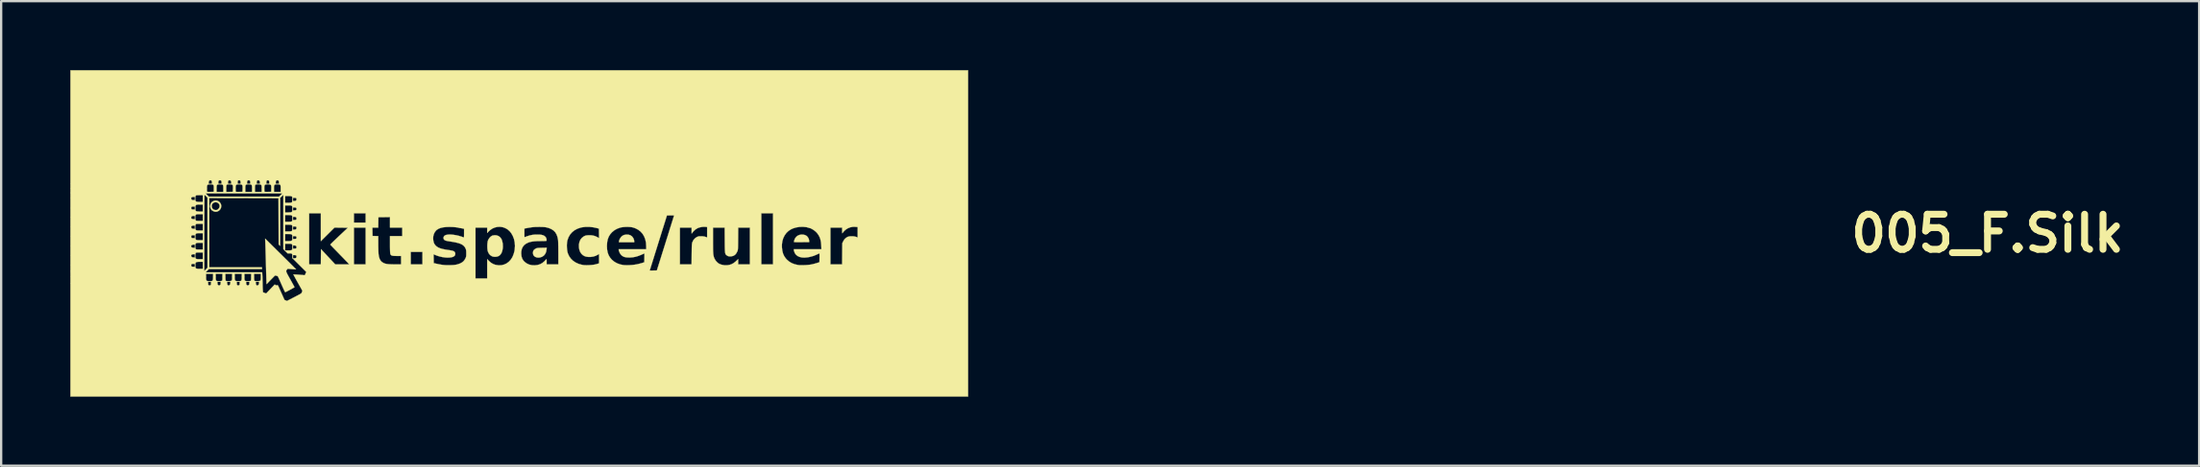
<source format=kicad_pcb>
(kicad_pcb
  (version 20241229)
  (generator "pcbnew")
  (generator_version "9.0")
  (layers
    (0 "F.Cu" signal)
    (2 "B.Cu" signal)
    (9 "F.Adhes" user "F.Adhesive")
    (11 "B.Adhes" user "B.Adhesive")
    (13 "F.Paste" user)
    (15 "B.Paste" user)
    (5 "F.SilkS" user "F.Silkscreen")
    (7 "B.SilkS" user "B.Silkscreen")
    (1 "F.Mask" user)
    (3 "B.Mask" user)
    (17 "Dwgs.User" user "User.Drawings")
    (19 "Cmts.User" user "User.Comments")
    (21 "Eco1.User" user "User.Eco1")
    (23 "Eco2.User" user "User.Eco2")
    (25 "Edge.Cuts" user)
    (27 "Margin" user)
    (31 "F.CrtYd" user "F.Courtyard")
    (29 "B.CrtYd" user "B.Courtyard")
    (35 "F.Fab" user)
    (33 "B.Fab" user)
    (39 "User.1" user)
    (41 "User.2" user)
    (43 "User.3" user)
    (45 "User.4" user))
  (footprint "005_F.Silk"
    (layer "F.Cu")
    (at 83.139 7.092)
    (property "Reference" "005_F.Silk" (at 0 0 0) (layer "F.SilkS") (effects (font (size 1.524 1.524) (thickness 0.3))))
    (attr through_hole)
    (fp_poly (pts (xy -58.919 0.056) (xy -58.847 0.081) (xy -58.786 0.125) (xy -58.765 0.147) (xy -58.717 0.218) (xy -58.691 0.296) (xy -58.687 0.341) (xy -58.687 0.381) (xy -59.347 0.381) (xy -59.347 0.345) (xy -59.341 0.315) (xy -59.327 0.273) (xy -59.308 0.23) (xy -59.258 0.154) (xy -59.196 0.099) (xy -59.12 0.064) (xy -59.029 0.049) (xy -59.006 0.049) (xy -58.919 0.056)) (stroke (width 0.01) (type solid)) (fill yes) (layer "F.SilkS"))
    (fp_poly (pts (xy -51.32 0.057) (xy -51.245 0.084) (xy -51.196 0.118) (xy -51.15 0.174) (xy -51.116 0.24) (xy -51.101 0.306) (xy -51.101 0.314) (xy -51.098 0.375) (xy -51.423 0.378) (xy -51.511 0.379) (xy -51.591 0.379) (xy -51.659 0.378) (xy -51.711 0.377) (xy -51.744 0.376) (xy -51.755 0.374) (xy -51.758 0.356) (xy -51.752 0.322) (xy -51.739 0.28) (xy -51.722 0.236) (xy -51.707 0.207) (xy -51.653 0.138) (xy -51.582 0.088) (xy -51.497 0.057) (xy -51.41 0.048) (xy -51.32 0.057)) (stroke (width 0.01) (type solid)) (fill yes) (layer "F.SilkS"))
    (fp_poly (pts (xy -62.489 0.707) (xy -62.509 0.807) (xy -62.548 0.892) (xy -62.604 0.96) (xy -62.675 1.01) (xy -62.759 1.04) (xy -62.804 1.047) (xy -62.854 1.048) (xy -62.902 1.044) (xy -62.92 1.041) (xy -62.99 1.012) (xy -63.04 0.968) (xy -63.07 0.909) (xy -63.079 0.838) (xy -63.078 0.823) (xy -63.064 0.761) (xy -63.034 0.713) (xy -62.984 0.674) (xy -62.96 0.66) (xy -62.934 0.648) (xy -62.909 0.64) (xy -62.88 0.634) (xy -62.842 0.63) (xy -62.79 0.627) (xy -62.719 0.625) (xy -62.688 0.624) (xy -62.48 0.62) (xy -62.489 0.707)) (stroke (width 0.01) (type solid)) (fill yes) (layer "F.SilkS"))
    (fp_poly (pts (xy -64.645 0.085) (xy -64.567 0.115) (xy -64.5 0.165) (xy -64.448 0.234) (xy -64.417 0.306) (xy -64.387 0.446) (xy -64.382 0.588) (xy -64.389 0.662) (xy -64.412 0.774) (xy -64.449 0.864) (xy -64.5 0.933) (xy -64.564 0.981) (xy -64.643 1.008) (xy -64.72 1.016) (xy -64.78 1.012) (xy -64.83 1) (xy -64.87 0.983) (xy -64.939 0.936) (xy -64.992 0.871) (xy -65.032 0.785) (xy -65.033 0.783) (xy -65.046 0.727) (xy -65.054 0.654) (xy -65.057 0.571) (xy -65.056 0.485) (xy -65.049 0.405) (xy -65.038 0.337) (xy -65.031 0.311) (xy -65.001 0.247) (xy -64.958 0.186) (xy -64.907 0.135) (xy -64.853 0.1) (xy -64.827 0.09) (xy -64.733 0.076) (xy -64.645 0.085)) (stroke (width 0.01) (type solid)) (fill yes) (layer "F.SilkS"))
    (fp_poly (pts (xy -76.783 -1.426) (xy -76.719 -1.401) (xy -76.664 -1.359) (xy -76.623 -1.303) (xy -76.598 -1.235) (xy -76.594 -1.187) (xy -76.606 -1.112) (xy -76.64 -1.045) (xy -76.693 -0.991) (xy -76.749 -0.959) (xy -76.812 -0.942) (xy -76.874 -0.946) (xy -76.942 -0.97) (xy -76.947 -0.973) (xy -77.011 -1.016) (xy -77.052 -1.072) (xy -77.073 -1.142) (xy -77.076 -1.174) (xy -77.01 -1.174) (xy -76.992 -1.11) (xy -76.992 -1.108) (xy -76.955 -1.058) (xy -76.902 -1.027) (xy -76.835 -1.016) (xy -76.832 -1.016) (xy -76.787 -1.02) (xy -76.753 -1.035) (xy -76.728 -1.055) (xy -76.686 -1.106) (xy -76.666 -1.162) (xy -76.666 -1.218) (xy -76.684 -1.271) (xy -76.72 -1.314) (xy -76.771 -1.345) (xy -76.821 -1.356) (xy -76.886 -1.351) (xy -76.941 -1.327) (xy -76.981 -1.286) (xy -77.006 -1.234) (xy -77.01 -1.174) (xy -77.076 -1.174) (xy -77.076 -1.186) (xy -77.065 -1.265) (xy -77.033 -1.332) (xy -76.979 -1.384) (xy -76.921 -1.415) (xy -76.851 -1.432) (xy -76.783 -1.426)) (stroke (width 0.01) (type solid)) (fill yes) (layer "F.SilkS"))
    (fp_poly (pts (xy -74.019 0.889) (xy -73.91 0.997) (xy -73.807 1.099) (xy -73.711 1.194) (xy -73.623 1.282) (xy -73.545 1.36) (xy -73.478 1.427) (xy -73.424 1.482) (xy -73.383 1.523) (xy -73.358 1.55) (xy -73.349 1.56) (xy -73.349 1.56) (xy -73.362 1.56) (xy -73.396 1.559) (xy -73.446 1.556) (xy -73.508 1.551) (xy -73.535 1.549) (xy -73.717 1.535) (xy -73.746 1.571) (xy -73.761 1.59) (xy -73.772 1.608) (xy -73.777 1.627) (xy -73.777 1.65) (xy -73.768 1.68) (xy -73.752 1.718) (xy -73.727 1.769) (xy -73.692 1.834) (xy -73.646 1.917) (xy -73.604 1.992) (xy -73.557 2.075) (xy -73.515 2.152) (xy -73.478 2.219) (xy -73.449 2.273) (xy -73.429 2.311) (xy -73.419 2.331) (xy -73.419 2.334) (xy -73.429 2.343) (xy -73.458 2.361) (xy -73.501 2.386) (xy -73.553 2.415) (xy -73.611 2.447) (xy -73.669 2.478) (xy -73.723 2.506) (xy -73.77 2.53) (xy -73.804 2.546) (xy -73.822 2.553) (xy -73.823 2.553) (xy -73.83 2.542) (xy -73.847 2.51) (xy -73.871 2.461) (xy -73.9 2.397) (xy -73.934 2.322) (xy -73.971 2.239) (xy -73.977 2.226) (xy -74.015 2.139) (xy -74.05 2.06) (xy -74.081 1.99) (xy -74.107 1.933) (xy -74.126 1.893) (xy -74.136 1.872) (xy -74.137 1.872) (xy -74.166 1.848) (xy -74.209 1.836) (xy -74.265 1.828) (xy -74.412 1.978) (xy -74.464 2.031) (xy -74.512 2.081) (xy -74.552 2.123) (xy -74.581 2.154) (xy -74.591 2.165) (xy -74.612 2.188) (xy -74.627 2.198) (xy -74.629 2.197) (xy -74.63 2.184) (xy -74.632 2.147) (xy -74.634 2.089) (xy -74.637 2.012) (xy -74.64 1.919) (xy -74.643 1.81) (xy -74.647 1.689) (xy -74.65 1.558) (xy -74.654 1.418) (xy -74.655 1.372) (xy -74.659 1.224) (xy -74.663 1.08) (xy -74.667 0.942) (xy -74.671 0.812) (xy -74.674 0.694) (xy -74.677 0.591) (xy -74.68 0.504) (xy -74.682 0.436) (xy -74.684 0.391) (xy -74.684 0.388) (xy -74.692 0.223) (xy -74.019 0.889)) (stroke (width 0.01) (type solid)) (fill yes) (layer "F.SilkS"))
    (fp_poly (pts (xy -44.209 7.087) (xy -83.134 7.087) (xy -83.134 2.095) (xy -77.165 2.095) (xy -77.165 2.165) (xy -77.163 2.21) (xy -77.155 2.236) (xy -77.143 2.247) (xy -77.106 2.259) (xy -77.068 2.25) (xy -77.063 2.247) (xy -77.048 2.234) (xy -77.04 2.21) (xy -77.038 2.168) (xy -77.038 2.165) (xy -77.038 2.095) (xy -76.759 2.095) (xy -76.759 2.158) (xy -76.756 2.2) (xy -76.747 2.225) (xy -76.731 2.241) (xy -76.705 2.256) (xy -76.689 2.261) (xy -76.669 2.254) (xy -76.647 2.241) (xy -76.629 2.223) (xy -76.621 2.196) (xy -76.619 2.158) (xy -76.619 2.095) (xy -76.34 2.095) (xy -76.34 2.158) (xy -76.333 2.21) (xy -76.314 2.246) (xy -76.286 2.261) (xy -76.252 2.255) (xy -76.225 2.235) (xy -76.206 2.203) (xy -76.2 2.154) (xy -76.2 2.153) (xy -76.2 2.095) (xy -75.921 2.095) (xy -75.921 2.165) (xy -75.918 2.21) (xy -75.91 2.236) (xy -75.898 2.247) (xy -75.861 2.259) (xy -75.823 2.25) (xy -75.818 2.247) (xy -75.803 2.234) (xy -75.796 2.21) (xy -75.794 2.168) (xy -75.794 2.165) (xy -75.794 2.095) (xy -75.514 2.095) (xy -75.514 2.158) (xy -75.512 2.2) (xy -75.502 2.225) (xy -75.486 2.241) (xy -75.46 2.256) (xy -75.444 2.261) (xy -75.425 2.254) (xy -75.403 2.241) (xy -75.385 2.223) (xy -75.376 2.196) (xy -75.374 2.158) (xy -75.374 2.095) (xy -75.095 2.095) (xy -75.095 2.158) (xy -75.088 2.21) (xy -75.069 2.246) (xy -75.041 2.261) (xy -75.008 2.255) (xy -74.981 2.235) (xy -74.962 2.203) (xy -74.955 2.154) (xy -74.955 2.153) (xy -74.955 2.095) (xy -75.095 2.095) (xy -75.374 2.095) (xy -75.514 2.095) (xy -75.794 2.095) (xy -75.921 2.095) (xy -76.2 2.095) (xy -76.34 2.095) (xy -76.619 2.095) (xy -76.759 2.095) (xy -77.038 2.095) (xy -77.165 2.095) (xy -83.134 2.095) (xy -83.134 1.753) (xy -77.254 1.753) (xy -77.254 1.888) (xy -77.253 1.959) (xy -77.249 2.009) (xy -77.237 2.041) (xy -77.215 2.059) (xy -77.18 2.068) (xy -77.128 2.07) (xy -77.1 2.07) (xy -77.046 2.07) (xy -77.011 2.067) (xy -76.989 2.061) (xy -76.976 2.05) (xy -76.969 2.042) (xy -76.959 2.02) (xy -76.953 1.985) (xy -76.95 1.932) (xy -76.949 1.883) (xy -76.949 1.753) (xy -76.835 1.753) (xy -76.835 1.891) (xy -76.834 1.962) (xy -76.83 2.011) (xy -76.819 2.042) (xy -76.799 2.06) (xy -76.766 2.068) (xy -76.717 2.07) (xy -76.694 2.07) (xy -76.642 2.069) (xy -76.598 2.064) (xy -76.57 2.058) (xy -76.567 2.057) (xy -76.557 2.049) (xy -76.55 2.035) (xy -76.546 2.011) (xy -76.544 1.972) (xy -76.543 1.914) (xy -76.543 1.898) (xy -76.543 1.753) (xy -76.416 1.753) (xy -76.416 1.896) (xy -76.414 1.972) (xy -76.41 2.024) (xy -76.403 2.052) (xy -76.401 2.055) (xy -76.378 2.064) (xy -76.338 2.07) (xy -76.288 2.071) (xy -76.236 2.069) (xy -76.19 2.063) (xy -76.156 2.055) (xy -76.147 2.049) (xy -76.137 2.036) (xy -76.13 2.016) (xy -76.126 1.985) (xy -76.124 1.937) (xy -76.124 1.89) (xy -76.124 1.753) (xy -76.01 1.753) (xy -76.01 1.888) (xy -76.009 1.959) (xy -76.004 2.009) (xy -75.993 2.041) (xy -75.971 2.059) (xy -75.935 2.068) (xy -75.883 2.07) (xy -75.856 2.07) (xy -75.801 2.07) (xy -75.766 2.067) (xy -75.745 2.061) (xy -75.731 2.05) (xy -75.724 2.042) (xy -75.715 2.02) (xy -75.708 1.985) (xy -75.705 1.932) (xy -75.705 1.883) (xy -75.705 1.753) (xy -75.59 1.753) (xy -75.59 1.891) (xy -75.59 1.962) (xy -75.586 2.011) (xy -75.575 2.042) (xy -75.554 2.06) (xy -75.519 2.068) (xy -75.468 2.07) (xy -75.44 2.07) (xy -75.378 2.068) (xy -75.335 2.063) (xy -75.314 2.055) (xy -75.306 2.033) (xy -75.301 1.986) (xy -75.298 1.916) (xy -75.298 1.896) (xy -75.298 1.753) (xy -75.171 1.753) (xy -75.171 1.896) (xy -75.17 1.972) (xy -75.165 2.024) (xy -75.158 2.052) (xy -75.156 2.055) (xy -75.134 2.064) (xy -75.094 2.069) (xy -75.044 2.071) (xy -74.992 2.069) (xy -74.945 2.065) (xy -74.911 2.057) (xy -74.899 2.05) (xy -74.89 2.035) (xy -74.884 2.01) (xy -74.88 1.969) (xy -74.879 1.908) (xy -74.879 1.891) (xy -74.879 1.753) (xy -75.171 1.753) (xy -75.298 1.753) (xy -75.59 1.753) (xy -75.705 1.753) (xy -76.01 1.753) (xy -76.124 1.753) (xy -76.416 1.753) (xy -76.543 1.753) (xy -76.835 1.753) (xy -76.949 1.753) (xy -77.254 1.753) (xy -83.134 1.753) (xy -83.134 1.689) (xy -77.272 1.689) (xy -74.82 1.689) (xy -74.811 1.863) (xy -74.808 1.947) (xy -74.805 2.043) (xy -74.802 2.137) (xy -74.801 2.202) (xy -74.8 2.276) (xy -74.798 2.35) (xy -74.795 2.416) (xy -74.792 2.462) (xy -74.784 2.556) (xy -74.716 2.582) (xy -74.648 2.608) (xy -74.462 2.413) (xy -74.275 2.218) (xy -74.24 2.241) (xy -74.209 2.256) (xy -74.183 2.254) (xy -74.175 2.251) (xy -74.166 2.246) (xy -74.159 2.243) (xy -74.152 2.243) (xy -74.144 2.25) (xy -74.134 2.265) (xy -74.12 2.291) (xy -74.101 2.33) (xy -74.077 2.384) (xy -74.045 2.456) (xy -74.004 2.548) (xy -73.985 2.59) (xy -73.853 2.888) (xy -73.798 2.909) (xy -73.743 2.931) (xy -73.497 2.804) (xy -73.419 2.764) (xy -73.345 2.725) (xy -73.278 2.69) (xy -73.224 2.661) (xy -73.187 2.64) (xy -73.18 2.637) (xy -73.139 2.612) (xy -73.115 2.589) (xy -73.1 2.561) (xy -73.094 2.542) (xy -73.078 2.486) (xy -73.274 2.137) (xy -73.322 2.051) (xy -73.365 1.973) (xy -73.402 1.904) (xy -73.432 1.848) (xy -73.453 1.808) (xy -73.464 1.786) (xy -73.465 1.782) (xy -73.451 1.781) (xy -73.417 1.782) (xy -73.368 1.784) (xy -73.307 1.788) (xy -73.241 1.792) (xy -73.174 1.797) (xy -73.111 1.802) (xy -73.057 1.807) (xy -73.027 1.81) (xy -72.973 1.816) (xy -72.907 1.673) (xy -73.208 1.373) (xy -73.508 1.073) (xy -73.508 0.992) (xy -73.51 0.94) (xy -73.482 0.94) (xy -73.482 1.079) (xy -73.426 1.079) (xy -73.381 1.074) (xy -73.351 1.061) (xy -73.35 1.06) (xy -73.334 1.03) (xy -73.331 0.993) (xy -73.34 0.961) (xy -73.345 0.955) (xy -73.366 0.946) (xy -73.402 0.941) (xy -73.421 0.94) (xy -73.482 0.94) (xy -73.51 0.94) (xy -73.51 0.933) (xy -73.522 0.896) (xy -73.546 0.874) (xy -73.588 0.865) (xy -73.634 0.864) (xy -73.718 0.864) (xy -73.901 0.679) (xy -73.901 0.445) (xy -73.825 0.445) (xy -73.825 0.737) (xy -73.69 0.737) (xy -73.625 0.736) (xy -73.581 0.733) (xy -73.552 0.727) (xy -73.534 0.718) (xy -73.531 0.716) (xy -73.518 0.699) (xy -73.511 0.673) (xy -73.508 0.632) (xy -73.508 0.598) (xy -73.509 0.537) (xy -73.511 0.521) (xy -73.482 0.521) (xy -73.482 0.66) (xy -73.421 0.66) (xy -73.382 0.657) (xy -73.353 0.65) (xy -73.345 0.645) (xy -73.332 0.617) (xy -73.332 0.58) (xy -73.345 0.547) (xy -73.35 0.541) (xy -73.378 0.527) (xy -73.422 0.521) (xy -73.426 0.521) (xy -73.482 0.521) (xy -73.511 0.521) (xy -73.515 0.495) (xy -73.53 0.468) (xy -73.558 0.453) (xy -73.602 0.446) (xy -73.667 0.445) (xy -73.686 0.445) (xy -73.825 0.445) (xy -73.901 0.445) (xy -73.901 0.025) (xy -73.825 0.025) (xy -73.825 0.33) (xy -73.692 0.33) (xy -73.63 0.33) (xy -73.589 0.327) (xy -73.562 0.322) (xy -73.544 0.314) (xy -73.533 0.305) (xy -73.52 0.287) (xy -73.512 0.263) (xy -73.508 0.226) (xy -73.508 0.178) (xy -73.509 0.118) (xy -73.51 0.114) (xy -73.482 0.114) (xy -73.482 0.241) (xy -73.421 0.241) (xy -73.382 0.238) (xy -73.353 0.231) (xy -73.345 0.226) (xy -73.333 0.202) (xy -73.33 0.178) (xy -73.336 0.144) (xy -73.358 0.123) (xy -73.399 0.115) (xy -73.421 0.114) (xy -73.482 0.114) (xy -73.51 0.114) (xy -73.516 0.077) (xy -73.532 0.05) (xy -73.561 0.034) (xy -73.606 0.027) (xy -73.673 0.025) (xy -73.692 0.025) (xy -73.825 0.025) (xy -73.901 0.025) (xy -73.901 -0.381) (xy -73.825 -0.381) (xy -73.825 -0.089) (xy -73.686 -0.089) (xy -73.625 -0.089) (xy -73.583 -0.091) (xy -73.557 -0.095) (xy -73.541 -0.102) (xy -73.53 -0.113) (xy -73.527 -0.117) (xy -73.515 -0.149) (xy -73.508 -0.202) (xy -73.508 -0.24) (xy -73.509 -0.295) (xy -73.51 -0.305) (xy -73.482 -0.305) (xy -73.482 -0.165) (xy -73.426 -0.165) (xy -73.381 -0.17) (xy -73.351 -0.184) (xy -73.35 -0.185) (xy -73.334 -0.215) (xy -73.331 -0.252) (xy -73.34 -0.284) (xy -73.345 -0.29) (xy -73.366 -0.299) (xy -73.402 -0.304) (xy -73.421 -0.305) (xy -73.482 -0.305) (xy -73.51 -0.305) (xy -73.515 -0.334) (xy -73.53 -0.359) (xy -73.557 -0.373) (xy -73.602 -0.379) (xy -73.666 -0.381) (xy -73.687 -0.381) (xy -73.825 -0.381) (xy -73.901 -0.381) (xy -73.901 -0.8) (xy -73.825 -0.8) (xy -73.825 -0.508) (xy -73.69 -0.508) (xy -73.625 -0.509) (xy -73.581 -0.512) (xy -73.552 -0.517) (xy -73.534 -0.526) (xy -73.531 -0.529) (xy -73.518 -0.546) (xy -73.511 -0.571) (xy -73.508 -0.613) (xy -73.508 -0.647) (xy -73.509 -0.707) (xy -73.511 -0.724) (xy -73.482 -0.724) (xy -73.482 -0.584) (xy -73.421 -0.584) (xy -73.382 -0.587) (xy -73.353 -0.595) (xy -73.345 -0.599) (xy -73.332 -0.628) (xy -73.332 -0.665) (xy -73.345 -0.698) (xy -73.35 -0.704) (xy -73.378 -0.718) (xy -73.422 -0.724) (xy -73.426 -0.724) (xy -73.482 -0.724) (xy -73.511 -0.724) (xy -73.515 -0.749) (xy -73.53 -0.776) (xy -73.558 -0.792) (xy -73.602 -0.798) (xy -73.667 -0.8) (xy -73.686 -0.8) (xy -73.825 -0.8) (xy -73.901 -0.8) (xy -73.901 -0.876) (xy -72.784 -0.876) (xy -72.784 1.346) (xy -72.276 1.346) (xy -72.269 0.681) (xy -71.959 1.014) (xy -71.648 1.346) (xy -71.041 1.346) (xy -71.114 1.267) (xy -71.14 1.239) (xy -71.181 1.197) (xy -71.235 1.141) (xy -71.299 1.074) (xy -71.37 1.001) (xy -71.447 0.922) (xy -71.525 0.841) (xy -71.601 0.763) (xy -71.671 0.691) (xy -71.733 0.627) (xy -71.786 0.572) (xy -71.827 0.528) (xy -71.854 0.499) (xy -71.866 0.485) (xy -71.867 0.484) (xy -71.858 0.474) (xy -71.834 0.447) (xy -71.794 0.408) (xy -71.742 0.356) (xy -71.678 0.295) (xy -71.606 0.226) (xy -71.526 0.15) (xy -71.487 0.113) (xy -71.104 -0.248) (xy -71.394 -0.251) (xy -71.643 -0.254) (xy -70.841 -0.254) (xy -70.841 1.346) (xy -70.333 1.346) (xy -70.333 -0.254) (xy -70.041 -0.254) (xy -70.034 0.108) (xy -69.91 0.112) (xy -69.787 0.115) (xy -69.786 0.448) (xy -69.786 0.545) (xy -69.784 0.641) (xy -69.782 0.73) (xy -69.779 0.807) (xy -69.776 0.867) (xy -69.774 0.897) (xy -69.755 1.012) (xy -69.726 1.106) (xy -69.684 1.18) (xy -69.628 1.239) (xy -69.557 1.283) (xy -69.548 1.287) (xy -69.505 1.304) (xy -69.458 1.318) (xy -69.405 1.328) (xy -69.341 1.335) (xy -69.263 1.34) (xy -69.167 1.343) (xy -69.053 1.345) (xy -68.796 1.346) (xy -68.796 0.978) (xy -68.983 0.978) (xy -69.072 0.977) (xy -69.139 0.972) (xy -69.187 0.964) (xy -69.221 0.949) (xy -69.244 0.928) (xy -69.259 0.899) (xy -69.265 0.88) (xy -69.269 0.853) (xy -69.272 0.803) (xy -69.272 0.8) (xy -68.377 0.8) (xy -68.377 1.346) (xy -67.869 1.346) (xy -67.869 0.8) (xy -68.377 0.8) (xy -69.272 0.8) (xy -69.275 0.734) (xy -69.277 0.648) (xy -69.278 0.549) (xy -69.278 0.473) (xy -69.278 0.237) (xy -67.406 0.237) (xy -67.399 0.302) (xy -67.384 0.374) (xy -67.365 0.43) (xy -67.337 0.477) (xy -67.299 0.524) (xy -67.245 0.572) (xy -67.179 0.613) (xy -67.096 0.647) (xy -66.995 0.676) (xy -66.873 0.701) (xy -66.769 0.717) (xy -66.68 0.73) (xy -66.612 0.742) (xy -66.562 0.753) (xy -66.526 0.766) (xy -66.499 0.78) (xy -66.478 0.797) (xy -66.451 0.84) (xy -66.445 0.891) (xy -66.457 0.942) (xy -66.482 0.978) (xy -66.532 1.011) (xy -66.6 1.034) (xy -66.685 1.046) (xy -66.783 1.05) (xy -66.889 1.043) (xy -67.002 1.027) (xy -67.116 1.002) (xy -67.229 0.968) (xy -67.301 0.94) (xy -67.387 0.904) (xy -67.38 1.289) (xy -67.253 1.318) (xy -67.122 1.345) (xy -67.006 1.364) (xy -66.896 1.375) (xy -66.783 1.379) (xy -66.669 1.378) (xy -66.57 1.375) (xy -66.491 1.369) (xy -66.427 1.36) (xy -66.371 1.349) (xy -66.368 1.348) (xy -66.256 1.312) (xy -66.166 1.267) (xy -66.094 1.211) (xy -66.039 1.142) (xy -66.012 1.095) (xy -65.994 1.057) (xy -65.982 1.026) (xy -65.975 0.994) (xy -65.971 0.955) (xy -65.97 0.902) (xy -65.97 0.864) (xy -65.971 0.796) (xy -65.974 0.747) (xy -65.98 0.709) (xy -65.99 0.677) (xy -66 0.651) (xy -66.034 0.59) (xy -66.079 0.538) (xy -66.136 0.493) (xy -66.208 0.455) (xy -66.298 0.422) (xy -66.408 0.394) (xy -66.539 0.368) (xy -66.618 0.356) (xy -66.707 0.342) (xy -66.776 0.33) (xy -66.826 0.32) (xy -66.863 0.309) (xy -66.891 0.298) (xy -66.913 0.285) (xy -66.919 0.28) (xy -66.949 0.242) (xy -66.959 0.197) (xy -66.95 0.149) (xy -66.924 0.108) (xy -66.891 0.083) (xy -66.826 0.06) (xy -66.743 0.049) (xy -66.645 0.048) (xy -66.535 0.057) (xy -66.418 0.075) (xy -66.297 0.102) (xy -66.177 0.138) (xy -66.088 0.172) (xy -66.079 0.173) (xy -66.073 0.168) (xy -66.069 0.152) (xy -66.067 0.123) (xy -66.066 0.075) (xy -66.065 0.007) (xy -66.065 -0.01) (xy -66.065 -0.201) (xy -66.152 -0.221) (xy -66.285 -0.248) (xy -66.32 -0.254) (xy -65.57 -0.254) (xy -65.57 1.956) (xy -65.062 1.956) (xy -65.062 1.61) (xy -58.014 1.61) (xy -58.002 1.611) (xy -57.969 1.611) (xy -57.921 1.611) (xy -57.862 1.61) (xy -57.859 1.61) (xy -57.704 1.607) (xy -57.332 0.419) (xy -57.28 0.251) (xy -57.229 0.091) (xy -57.182 -0.062) (xy -57.138 -0.204) (xy -57.122 -0.254) (xy -56.706 -0.254) (xy -56.706 1.346) (xy -56.199 1.346) (xy -56.195 0.899) (xy -56.193 0.777) (xy -56.192 0.679) (xy -56.19 0.6) (xy -56.188 0.538) (xy -56.186 0.491) (xy -56.182 0.454) (xy -56.178 0.426) (xy -56.173 0.403) (xy -56.167 0.386) (xy -56.123 0.296) (xy -56.062 0.221) (xy -55.987 0.165) (xy -55.977 0.159) (xy -55.938 0.141) (xy -55.904 0.13) (xy -55.866 0.124) (xy -55.817 0.122) (xy -55.786 0.122) (xy -55.706 0.125) (xy -55.641 0.135) (xy -55.597 0.148) (xy -55.524 0.174) (xy -55.524 -0.254) (xy -55.27 -0.254) (xy -55.27 0.302) (xy -55.27 0.449) (xy -55.269 0.573) (xy -55.268 0.677) (xy -55.266 0.764) (xy -55.262 0.835) (xy -55.258 0.894) (xy -55.251 0.943) (xy -55.243 0.984) (xy -55.233 1.021) (xy -55.221 1.055) (xy -55.206 1.09) (xy -55.202 1.099) (xy -55.162 1.167) (xy -55.109 1.232) (xy -55.05 1.286) (xy -54.993 1.323) (xy -54.891 1.36) (xy -54.778 1.38) (xy -54.663 1.382) (xy -54.555 1.365) (xy -54.464 1.335) (xy -54.383 1.291) (xy -54.302 1.23) (xy -54.267 1.198) (xy -54.178 1.115) (xy -54.178 1.346) (xy -53.67 1.346) (xy -53.67 -0.254) (xy -54.177 -0.254) (xy -54.181 0.225) (xy -54.182 0.349) (xy -54.183 0.45) (xy -54.184 0.531) (xy -54.186 0.594) (xy -54.188 0.644) (xy -54.191 0.681) (xy -54.194 0.71) (xy -54.199 0.733) (xy -54.204 0.752) (xy -54.211 0.771) (xy -54.213 0.775) (xy -54.258 0.862) (xy -54.313 0.927) (xy -54.38 0.97) (xy -54.46 0.993) (xy -54.516 0.996) (xy -54.568 0.995) (xy -54.605 0.989) (xy -54.636 0.976) (xy -54.657 0.963) (xy -54.679 0.948) (xy -54.698 0.933) (xy -54.714 0.917) (xy -54.726 0.896) (xy -54.736 0.869) (xy -54.744 0.833) (xy -54.749 0.786) (xy -54.753 0.726) (xy -54.756 0.649) (xy -54.758 0.555) (xy -54.759 0.44) (xy -54.76 0.302) (xy -54.76 0.289) (xy -54.764 -0.254) (xy -55.27 -0.254) (xy -55.524 -0.254) (xy -55.524 -0.278) (xy -55.597 -0.287) (xy -55.683 -0.289) (xy -55.777 -0.278) (xy -55.87 -0.256) (xy -55.937 -0.23) (xy -56.022 -0.179) (xy -56.103 -0.106) (xy -56.156 -0.044) (xy -56.197 0.006) (xy -56.197 -0.124) (xy -56.197 -0.254) (xy -56.706 -0.254) (xy -57.122 -0.254) (xy -57.097 -0.334) (xy -57.061 -0.451) (xy -57.029 -0.552) (xy -57.003 -0.637) (xy -56.982 -0.704) (xy -56.968 -0.75) (xy -56.961 -0.775) (xy -56.96 -0.778) (xy -56.972 -0.782) (xy -57.004 -0.784) (xy -57.052 -0.785) (xy -57.111 -0.785) (xy -57.114 -0.785) (xy -57.268 -0.781) (xy -57.641 0.412) (xy -57.693 0.58) (xy -57.743 0.741) (xy -57.791 0.893) (xy -57.835 1.036) (xy -57.876 1.166) (xy -57.912 1.283) (xy -57.944 1.384) (xy -57.97 1.469) (xy -57.991 1.535) (xy -58.005 1.581) (xy -58.013 1.606) (xy -58.014 1.61) (xy -65.062 1.61) (xy -65.062 1.118) (xy -64.983 1.197) (xy -64.899 1.27) (xy -64.813 1.323) (xy -64.72 1.358) (xy -64.693 1.365) (xy -64.564 1.384) (xy -64.441 1.379) (xy -64.327 1.351) (xy -64.221 1.302) (xy -64.127 1.232) (xy -64.044 1.144) (xy -63.974 1.037) (xy -63.92 0.913) (xy -63.917 0.903) (xy -63.586 0.903) (xy -63.571 1.01) (xy -63.54 1.101) (xy -63.49 1.18) (xy -63.441 1.232) (xy -63.349 1.302) (xy -63.244 1.351) (xy -63.128 1.378) (xy -63.001 1.384) (xy -62.883 1.371) (xy -62.773 1.339) (xy -62.673 1.285) (xy -62.582 1.209) (xy -62.574 1.201) (xy -62.539 1.164) (xy -62.51 1.136) (xy -62.493 1.12) (xy -62.489 1.118) (xy -62.487 1.129) (xy -62.485 1.161) (xy -62.484 1.206) (xy -62.484 1.232) (xy -62.484 1.346) (xy -61.976 1.346) (xy -61.976 0.854) (xy -61.977 0.741) (xy -61.978 0.632) (xy -61.979 0.531) (xy -61.98 0.508) (xy -61.608 0.508) (xy -61.606 0.611) (xy -61.597 0.712) (xy -61.582 0.803) (xy -61.566 0.862) (xy -61.51 0.986) (xy -61.434 1.094) (xy -61.339 1.187) (xy -61.226 1.263) (xy -61.097 1.322) (xy -60.952 1.362) (xy -60.902 1.371) (xy -60.835 1.378) (xy -60.751 1.38) (xy -60.658 1.378) (xy -60.564 1.372) (xy -60.476 1.364) (xy -60.402 1.352) (xy -60.382 1.348) (xy -60.33 1.334) (xy -60.283 1.321) (xy -60.25 1.311) (xy -60.246 1.309) (xy -60.211 1.296) (xy -60.211 0.89) (xy -60.271 0.928) (xy -60.361 0.973) (xy -60.463 1.004) (xy -60.572 1.02) (xy -60.679 1.021) (xy -60.778 1.006) (xy -60.826 0.991) (xy -60.912 0.945) (xy -60.981 0.879) (xy -61.033 0.797) (xy -61.068 0.697) (xy -61.083 0.598) (xy -61.082 0.546) (xy -59.87 0.546) (xy -59.863 0.694) (xy -59.839 0.824) (xy -59.798 0.939) (xy -59.739 1.042) (xy -59.661 1.135) (xy -59.653 1.143) (xy -59.548 1.23) (xy -59.426 1.298) (xy -59.291 1.346) (xy -59.168 1.371) (xy -59.088 1.378) (xy -58.992 1.38) (xy -58.885 1.377) (xy -58.776 1.37) (xy -58.672 1.358) (xy -58.581 1.343) (xy -58.572 1.341) (xy -58.503 1.326) (xy -58.433 1.308) (xy -58.371 1.291) (xy -58.337 1.281) (xy -58.249 1.251) (xy -58.245 1.058) (xy -58.242 0.866) (xy -58.372 0.923) (xy -58.503 0.976) (xy -58.622 1.012) (xy -58.738 1.034) (xy -58.858 1.044) (xy -58.896 1.045) (xy -58.994 1.042) (xy -59.073 1.032) (xy -59.139 1.012) (xy -59.196 0.981) (xy -59.235 0.952) (xy -59.276 0.908) (xy -59.313 0.848) (xy -59.342 0.781) (xy -59.354 0.733) (xy -59.363 0.686) (xy -58.166 0.686) (xy -58.166 0.56) (xy -58.176 0.401) (xy -58.207 0.256) (xy -58.257 0.127) (xy -58.326 0.013) (xy -58.414 -0.085) (xy -58.52 -0.165) (xy -58.644 -0.228) (xy -58.75 -0.263) (xy -58.819 -0.276) (xy -58.906 -0.283) (xy -59.001 -0.285) (xy -59.099 -0.282) (xy -59.192 -0.273) (xy -59.271 -0.26) (xy -59.287 -0.256) (xy -59.424 -0.207) (xy -59.546 -0.139) (xy -59.651 -0.052) (xy -59.652 -0.051) (xy -59.731 0.041) (xy -59.791 0.14) (xy -59.833 0.25) (xy -59.859 0.374) (xy -59.87 0.516) (xy -59.87 0.546) (xy -61.082 0.546) (xy -61.082 0.476) (xy -61.061 0.367) (xy -61.02 0.273) (xy -60.959 0.195) (xy -60.879 0.132) (xy -60.852 0.117) (xy -60.816 0.101) (xy -60.78 0.09) (xy -60.736 0.083) (xy -60.675 0.079) (xy -60.661 0.079) (xy -60.549 0.08) (xy -60.451 0.095) (xy -60.359 0.125) (xy -60.29 0.159) (xy -60.21 0.203) (xy -60.217 -0.209) (xy -60.3 -0.232) (xy -60.466 -0.268) (xy -60.634 -0.286) (xy -60.798 -0.285) (xy -60.952 -0.266) (xy -61.006 -0.254) (xy -61.146 -0.207) (xy -61.27 -0.141) (xy -61.376 -0.058) (xy -61.463 0.041) (xy -61.532 0.157) (xy -61.58 0.287) (xy -61.59 0.327) (xy -61.602 0.411) (xy -61.608 0.508) (xy -61.98 0.508) (xy -61.981 0.441) (xy -61.983 0.366) (xy -61.986 0.31) (xy -61.989 0.275) (xy -61.989 0.273) (xy -62.016 0.145) (xy -62.057 0.036) (xy -62.113 -0.055) (xy -62.188 -0.13) (xy -62.281 -0.19) (xy -62.394 -0.237) (xy -62.516 -0.269) (xy -62.563 -0.275) (xy -62.63 -0.28) (xy -62.71 -0.283) (xy -62.799 -0.284) (xy -62.889 -0.283) (xy -62.977 -0.281) (xy -63.055 -0.276) (xy -63.118 -0.27) (xy -63.125 -0.269) (xy -63.189 -0.259) (xy -63.263 -0.247) (xy -63.332 -0.235) (xy -63.338 -0.233) (xy -63.449 -0.213) (xy -63.449 -0.023) (xy -63.449 0.05) (xy -63.448 0.102) (xy -63.446 0.135) (xy -63.443 0.153) (xy -63.437 0.16) (xy -63.429 0.16) (xy -63.427 0.159) (xy -63.311 0.115) (xy -63.207 0.084) (xy -63.109 0.063) (xy -63.007 0.052) (xy -62.896 0.049) (xy -62.792 0.051) (xy -62.709 0.06) (xy -62.643 0.077) (xy -62.59 0.102) (xy -62.546 0.138) (xy -62.546 0.138) (xy -62.511 0.181) (xy -62.494 0.226) (xy -62.49 0.244) (xy -62.487 0.282) (xy -62.488 0.31) (xy -62.49 0.317) (xy -62.506 0.322) (xy -62.547 0.326) (xy -62.612 0.329) (xy -62.701 0.33) (xy -62.743 0.33) (xy -62.882 0.332) (xy -62.999 0.339) (xy -63.098 0.35) (xy -63.184 0.366) (xy -63.26 0.388) (xy -63.275 0.394) (xy -63.378 0.444) (xy -63.46 0.509) (xy -63.522 0.588) (xy -63.564 0.683) (xy -63.584 0.793) (xy -63.586 0.903) (xy -63.917 0.903) (xy -63.881 0.773) (xy -63.868 0.692) (xy -63.858 0.537) (xy -63.869 0.386) (xy -63.9 0.241) (xy -63.951 0.108) (xy -64.02 -0.013) (xy -64.089 -0.098) (xy -64.179 -0.177) (xy -64.281 -0.235) (xy -64.39 -0.273) (xy -64.504 -0.289) (xy -64.619 -0.284) (xy -64.732 -0.258) (xy -64.841 -0.211) (xy -64.94 -0.142) (xy -64.987 -0.099) (xy -65.062 -0.023) (xy -65.062 -0.254) (xy -65.57 -0.254) (xy -66.32 -0.254) (xy -66.405 -0.267) (xy -66.522 -0.278) (xy -66.648 -0.283) (xy -66.7 -0.284) (xy -66.847 -0.279) (xy -66.971 -0.265) (xy -67.077 -0.241) (xy -67.166 -0.207) (xy -67.24 -0.161) (xy -67.276 -0.13) (xy -67.335 -0.056) (xy -67.377 0.033) (xy -67.402 0.132) (xy -67.406 0.237) (xy -69.278 0.237) (xy -69.278 0.114) (xy -68.745 0.114) (xy -68.745 -0.254) (xy -69.278 -0.254) (xy -69.278 -0.712) (xy -69.529 -0.708) (xy -69.78 -0.705) (xy -69.784 -0.479) (xy -69.787 -0.254) (xy -70.041 -0.254) (xy -70.333 -0.254) (xy -70.841 -0.254) (xy -71.643 -0.254) (xy -71.684 -0.254) (xy -71.98 0.041) (xy -72.276 0.336) (xy -72.276 -0.876) (xy -70.841 -0.876) (xy -70.841 -0.47) (xy -70.333 -0.47) (xy -70.333 -0.876) (xy -53.175 -0.876) (xy -53.175 1.346) (xy -52.667 1.346) (xy -52.667 0.48) (xy -52.282 0.48) (xy -52.281 0.606) (xy -52.265 0.746) (xy -52.235 0.868) (xy -52.188 0.975) (xy -52.124 1.071) (xy -52.065 1.138) (xy -51.964 1.224) (xy -51.851 1.291) (xy -51.723 1.339) (xy -51.581 1.371) (xy -51.52 1.377) (xy -51.441 1.379) (xy -51.351 1.378) (xy -51.255 1.375) (xy -51.162 1.368) (xy -51.076 1.359) (xy -51.006 1.348) (xy -51.003 1.348) (xy -50.932 1.331) (xy -50.853 1.311) (xy -50.781 1.29) (xy -50.768 1.286) (xy -50.654 1.25) (xy -50.65 1.057) (xy -50.65 0.99) (xy -50.65 0.933) (xy -50.651 0.891) (xy -50.653 0.867) (xy -50.654 0.864) (xy -50.668 0.869) (xy -50.698 0.883) (xy -50.739 0.903) (xy -50.746 0.906) (xy -50.906 0.974) (xy -51.079 1.021) (xy -51.168 1.037) (xy -51.299 1.049) (xy -51.417 1.043) (xy -51.519 1.019) (xy -51.605 0.978) (xy -51.674 0.921) (xy -51.725 0.849) (xy -51.756 0.761) (xy -51.76 0.738) (xy -51.768 0.686) (xy -50.568 0.686) (xy -50.575 0.524) (xy -50.586 0.39) (xy -50.608 0.274) (xy -50.641 0.172) (xy -50.689 0.079) (xy -50.752 -0.012) (xy -50.754 -0.014) (xy -50.812 -0.075) (xy -50.886 -0.135) (xy -50.969 -0.188) (xy -51.051 -0.229) (xy -51.082 -0.24) (xy -51.14 -0.254) (xy -50.178 -0.254) (xy -50.178 1.346) (xy -49.671 1.346) (xy -49.663 0.425) (xy -49.627 0.348) (xy -49.575 0.26) (xy -49.507 0.193) (xy -49.435 0.15) (xy -49.371 0.131) (xy -49.292 0.122) (xy -49.207 0.122) (xy -49.125 0.133) (xy -49.07 0.148) (xy -48.997 0.174) (xy -48.997 -0.276) (xy -49.068 -0.285) (xy -49.192 -0.289) (xy -49.312 -0.268) (xy -49.422 -0.225) (xy -49.523 -0.16) (xy -49.61 -0.075) (xy -49.647 -0.025) (xy -49.656 -0.012) (xy -49.663 -0.01) (xy -49.666 -0.02) (xy -49.668 -0.049) (xy -49.669 -0.097) (xy -49.669 -0.124) (xy -49.67 -0.254) (xy -50.178 -0.254) (xy -51.14 -0.254) (xy -51.22 -0.274) (xy -51.367 -0.288) (xy -51.516 -0.284) (xy -51.662 -0.261) (xy -51.799 -0.22) (xy -51.883 -0.182) (xy -51.994 -0.111) (xy -52.088 -0.021) (xy -52.165 0.085) (xy -52.224 0.205) (xy -52.263 0.338) (xy -52.282 0.48) (xy -52.667 0.48) (xy -52.667 -0.876) (xy -53.175 -0.876) (xy -70.333 -0.876) (xy -70.841 -0.876) (xy -72.276 -0.876) (xy -72.784 -0.876) (xy -73.901 -0.876) (xy -73.901 -1.219) (xy -73.825 -1.219) (xy -73.825 -0.914) (xy -73.692 -0.914) (xy -73.63 -0.915) (xy -73.589 -0.917) (xy -73.562 -0.922) (xy -73.544 -0.93) (xy -73.533 -0.94) (xy -73.52 -0.957) (xy -73.512 -0.981) (xy -73.508 -1.018) (xy -73.508 -1.067) (xy -73.509 -1.126) (xy -73.51 -1.13) (xy -73.482 -1.13) (xy -73.482 -1.003) (xy -73.421 -1.003) (xy -73.382 -1.006) (xy -73.353 -1.014) (xy -73.345 -1.019) (xy -73.333 -1.042) (xy -73.33 -1.067) (xy -73.336 -1.101) (xy -73.358 -1.121) (xy -73.399 -1.13) (xy -73.421 -1.13) (xy -73.482 -1.13) (xy -73.51 -1.13) (xy -73.516 -1.168) (xy -73.532 -1.195) (xy -73.561 -1.21) (xy -73.606 -1.217) (xy -73.673 -1.219) (xy -73.692 -1.219) (xy -73.825 -1.219) (xy -73.901 -1.219) (xy -73.901 -1.626) (xy -73.825 -1.626) (xy -73.825 -1.333) (xy -73.686 -1.333) (xy -73.625 -1.334) (xy -73.583 -1.336) (xy -73.557 -1.34) (xy -73.541 -1.347) (xy -73.53 -1.358) (xy -73.527 -1.362) (xy -73.515 -1.394) (xy -73.508 -1.446) (xy -73.508 -1.485) (xy -73.509 -1.54) (xy -73.51 -1.549) (xy -73.482 -1.549) (xy -73.482 -1.41) (xy -73.426 -1.41) (xy -73.381 -1.415) (xy -73.351 -1.428) (xy -73.35 -1.43) (xy -73.334 -1.459) (xy -73.331 -1.497) (xy -73.34 -1.528) (xy -73.345 -1.534) (xy -73.366 -1.543) (xy -73.402 -1.549) (xy -73.421 -1.549) (xy -73.482 -1.549) (xy -73.51 -1.549) (xy -73.515 -1.579) (xy -73.53 -1.604) (xy -73.557 -1.618) (xy -73.602 -1.624) (xy -73.666 -1.626) (xy -73.687 -1.626) (xy -73.825 -1.626) (xy -73.901 -1.626) (xy -73.901 -1.682) (xy -73.971 -1.613) (xy -74.041 -1.544) (xy -74.041 0.538) (xy -74.073 0.508) (xy -74.104 0.478) (xy -74.108 -0.526) (xy -74.111 -1.53) (xy -75.613 -1.534) (xy -77.114 -1.537) (xy -77.114 1.473) (xy -74.828 1.473) (xy -74.828 1.549) (xy -77.134 1.549) (xy -77.203 1.619) (xy -77.272 1.689) (xy -83.134 1.689) (xy -83.134 1.388) (xy -77.899 1.388) (xy -77.891 1.416) (xy -77.88 1.435) (xy -77.863 1.444) (xy -77.832 1.447) (xy -77.807 1.448) (xy -77.737 1.448) (xy -77.737 1.382) (xy -77.718 1.382) (xy -77.716 1.442) (xy -77.71 1.484) (xy -77.694 1.511) (xy -77.666 1.527) (xy -77.621 1.535) (xy -77.556 1.537) (xy -77.532 1.537) (xy -77.394 1.537) (xy -77.394 1.232) (xy -77.526 1.232) (xy -77.599 1.233) (xy -77.651 1.239) (xy -77.685 1.252) (xy -77.705 1.275) (xy -77.715 1.312) (xy -77.718 1.364) (xy -77.718 1.382) (xy -77.737 1.382) (xy -77.737 1.321) (xy -77.807 1.321) (xy -77.848 1.322) (xy -77.872 1.328) (xy -77.885 1.341) (xy -77.891 1.353) (xy -77.899 1.388) (xy -83.134 1.388) (xy -83.134 0.958) (xy -77.9 0.958) (xy -77.892 0.996) (xy -77.882 1.013) (xy -77.864 1.031) (xy -77.837 1.04) (xy -77.799 1.041) (xy -77.737 1.041) (xy -77.737 0.963) (xy -77.722 0.963) (xy -77.722 1.012) (xy -77.719 1.033) (xy -77.71 1.068) (xy -77.697 1.091) (xy -77.675 1.106) (xy -77.64 1.114) (xy -77.586 1.117) (xy -77.533 1.118) (xy -77.394 1.118) (xy -77.394 0.826) (xy -77.538 0.826) (xy -77.607 0.826) (xy -77.654 0.829) (xy -77.683 0.835) (xy -77.697 0.843) (xy -77.697 0.843) (xy -77.709 0.87) (xy -77.718 0.913) (xy -77.722 0.963) (xy -77.737 0.963) (xy -77.737 0.902) (xy -77.796 0.902) (xy -77.85 0.909) (xy -77.885 0.928) (xy -77.9 0.958) (xy -83.134 0.958) (xy -83.134 0.558) (xy -77.902 0.558) (xy -77.891 0.593) (xy -77.859 0.614) (xy -77.805 0.622) (xy -77.799 0.622) (xy -77.737 0.622) (xy -77.737 0.534) (xy -77.723 0.534) (xy -77.721 0.585) (xy -77.714 0.633) (xy -77.704 0.669) (xy -77.697 0.681) (xy -77.683 0.689) (xy -77.654 0.695) (xy -77.608 0.698) (xy -77.539 0.698) (xy -77.538 0.699) (xy -77.394 0.699) (xy -77.394 0.406) (xy -77.533 0.406) (xy -77.602 0.407) (xy -77.65 0.412) (xy -77.682 0.421) (xy -77.701 0.438) (xy -77.713 0.464) (xy -77.719 0.491) (xy -77.723 0.534) (xy -77.737 0.534) (xy -77.737 0.483) (xy -77.794 0.483) (xy -77.845 0.491) (xy -77.882 0.513) (xy -77.901 0.545) (xy -77.902 0.558) (xy -83.134 0.558) (xy -83.134 0.144) (xy -77.899 0.144) (xy -77.891 0.171) (xy -77.88 0.19) (xy -77.863 0.199) (xy -77.832 0.203) (xy -77.807 0.203) (xy -77.737 0.203) (xy -77.737 0.137) (xy -77.718 0.137) (xy -77.716 0.197) (xy -77.71 0.239) (xy -77.694 0.267) (xy -77.666 0.283) (xy -77.621 0.29) (xy -77.556 0.292) (xy -77.532 0.292) (xy -77.394 0.292) (xy -77.394 -0.013) (xy -77.526 -0.013) (xy -77.599 -0.011) (xy -77.651 -0.006) (xy -77.685 0.007) (xy -77.705 0.03) (xy -77.715 0.067) (xy -77.718 0.119) (xy -77.718 0.137) (xy -77.737 0.137) (xy -77.737 0.076) (xy -77.807 0.076) (xy -77.848 0.078) (xy -77.872 0.083) (xy -77.885 0.097) (xy -77.891 0.108) (xy -77.899 0.144) (xy -83.134 0.144) (xy -83.134 -0.023) (xy -77.33 -0.023) (xy -77.33 1.631) (xy -77.26 1.562) (xy -77.191 1.493) (xy -77.191 -1.555) (xy -77.25 -1.616) (xy -77.282 -1.646) (xy -77.307 -1.668) (xy -77.32 -1.676) (xy -77.322 -1.664) (xy -77.323 -1.628) (xy -77.324 -1.569) (xy -77.325 -1.489) (xy -77.326 -1.39) (xy -77.327 -1.273) (xy -77.328 -1.139) (xy -77.328 -0.991) (xy -77.329 -0.829) (xy -77.33 -0.655) (xy -77.33 -0.47) (xy -77.33 -0.277) (xy -77.33 -0.076) (xy -77.33 -0.023) (xy -83.134 -0.023) (xy -83.134 -0.287) (xy -77.9 -0.287) (xy -77.892 -0.249) (xy -77.882 -0.231) (xy -77.864 -0.213) (xy -77.837 -0.205) (xy -77.799 -0.203) (xy -77.737 -0.203) (xy -77.737 -0.281) (xy -77.722 -0.281) (xy -77.722 -0.233) (xy -77.719 -0.211) (xy -77.71 -0.177) (xy -77.697 -0.154) (xy -77.675 -0.139) (xy -77.64 -0.131) (xy -77.586 -0.128) (xy -77.533 -0.127) (xy -77.394 -0.127) (xy -77.394 -0.419) (xy -77.538 -0.419) (xy -77.607 -0.418) (xy -77.654 -0.415) (xy -77.683 -0.41) (xy -77.697 -0.401) (xy -77.697 -0.401) (xy -77.709 -0.375) (xy -77.718 -0.332) (xy -77.722 -0.281) (xy -77.737 -0.281) (xy -77.737 -0.343) (xy -77.796 -0.343) (xy -77.85 -0.336) (xy -77.885 -0.316) (xy -77.9 -0.287) (xy -83.134 -0.287) (xy -83.134 -0.693) (xy -77.901 -0.693) (xy -77.896 -0.659) (xy -77.87 -0.636) (xy -77.823 -0.623) (xy -77.799 -0.622) (xy -77.737 -0.622) (xy -77.737 -0.71) (xy -77.723 -0.71) (xy -77.721 -0.66) (xy -77.714 -0.612) (xy -77.704 -0.575) (xy -77.697 -0.564) (xy -77.683 -0.555) (xy -77.654 -0.55) (xy -77.608 -0.547) (xy -77.539 -0.546) (xy -77.538 -0.546) (xy -77.394 -0.546) (xy -77.394 -0.838) (xy -77.533 -0.838) (xy -77.602 -0.837) (xy -77.65 -0.833) (xy -77.682 -0.823) (xy -77.701 -0.807) (xy -77.713 -0.781) (xy -77.719 -0.754) (xy -77.723 -0.71) (xy -77.737 -0.71) (xy -77.737 -0.762) (xy -77.799 -0.762) (xy -77.841 -0.759) (xy -77.867 -0.75) (xy -77.882 -0.734) (xy -77.901 -0.693) (xy -83.134 -0.693) (xy -83.134 -1.101) (xy -77.899 -1.101) (xy -77.891 -1.073) (xy -77.88 -1.055) (xy -77.863 -1.045) (xy -77.832 -1.042) (xy -77.807 -1.041) (xy -77.737 -1.041) (xy -77.737 -1.107) (xy -77.718 -1.107) (xy -77.716 -1.047) (xy -77.71 -1.005) (xy -77.694 -0.978) (xy -77.666 -0.962) (xy -77.621 -0.955) (xy -77.556 -0.953) (xy -77.532 -0.953) (xy -77.394 -0.953) (xy -77.394 -1.257) (xy -77.526 -1.257) (xy -77.599 -1.256) (xy -77.651 -1.25) (xy -77.685 -1.237) (xy -77.705 -1.214) (xy -77.715 -1.178) (xy -77.718 -1.125) (xy -77.718 -1.107) (xy -77.737 -1.107) (xy -77.737 -1.168) (xy -77.807 -1.168) (xy -77.848 -1.167) (xy -77.872 -1.161) (xy -77.885 -1.148) (xy -77.891 -1.137) (xy -77.899 -1.101) (xy -83.134 -1.101) (xy -83.134 -1.531) (xy -77.902 -1.531) (xy -77.892 -1.493) (xy -77.882 -1.476) (xy -77.864 -1.458) (xy -77.837 -1.45) (xy -77.799 -1.448) (xy -77.737 -1.448) (xy -77.737 -1.526) (xy -77.722 -1.526) (xy -77.722 -1.478) (xy -77.719 -1.456) (xy -77.71 -1.422) (xy -77.697 -1.398) (xy -77.675 -1.383) (xy -77.64 -1.375) (xy -77.586 -1.372) (xy -77.533 -1.372) (xy -77.394 -1.372) (xy -77.394 -1.664) (xy -77.538 -1.664) (xy -77.607 -1.663) (xy -77.654 -1.66) (xy -77.683 -1.654) (xy -77.697 -1.646) (xy -77.697 -1.646) (xy -77.709 -1.619) (xy -77.718 -1.576) (xy -77.722 -1.526) (xy -77.737 -1.526) (xy -77.737 -1.587) (xy -77.799 -1.587) (xy -77.854 -1.581) (xy -77.888 -1.561) (xy -77.902 -1.531) (xy -83.134 -1.531) (xy -83.134 -1.74) (xy -77.272 -1.74) (xy -77.203 -1.67) (xy -77.134 -1.6) (xy -74.085 -1.6) (xy -74.016 -1.67) (xy -73.947 -1.74) (xy -77.272 -1.74) (xy -83.134 -1.74) (xy -83.134 -1.952) (xy -77.216 -1.952) (xy -77.215 -1.896) (xy -77.213 -1.85) (xy -77.21 -1.82) (xy -77.207 -1.811) (xy -77.192 -1.808) (xy -77.156 -1.806) (xy -77.106 -1.806) (xy -77.058 -1.806) (xy -76.918 -1.81) (xy -76.918 -1.947) (xy -76.797 -1.947) (xy -76.797 -1.803) (xy -76.505 -1.803) (xy -76.505 -1.945) (xy -76.505 -1.955) (xy -76.378 -1.955) (xy -76.378 -1.803) (xy -76.235 -1.806) (xy -76.092 -1.81) (xy -76.088 -1.949) (xy -76.088 -1.952) (xy -75.971 -1.952) (xy -75.971 -1.896) (xy -75.968 -1.85) (xy -75.965 -1.82) (xy -75.963 -1.811) (xy -75.947 -1.808) (xy -75.912 -1.806) (xy -75.862 -1.806) (xy -75.813 -1.806) (xy -75.673 -1.81) (xy -75.669 -1.946) (xy -75.669 -1.947) (xy -75.552 -1.947) (xy -75.552 -1.803) (xy -75.26 -1.803) (xy -75.26 -1.945) (xy -75.26 -1.955) (xy -75.133 -1.955) (xy -75.133 -1.803) (xy -74.841 -1.803) (xy -74.841 -1.949) (xy -74.841 -1.952) (xy -74.727 -1.952) (xy -74.726 -1.896) (xy -74.724 -1.85) (xy -74.721 -1.82) (xy -74.718 -1.811) (xy -74.702 -1.808) (xy -74.667 -1.806) (xy -74.617 -1.806) (xy -74.569 -1.806) (xy -74.428 -1.81) (xy -74.425 -1.946) (xy -74.425 -1.949) (xy -74.308 -1.949) (xy -74.308 -1.803) (xy -74.016 -1.803) (xy -74.016 -1.945) (xy -74.016 -2.018) (xy -74.021 -2.069) (xy -74.031 -2.102) (xy -74.051 -2.122) (xy -74.082 -2.131) (xy -74.129 -2.133) (xy -74.154 -2.134) (xy -74.214 -2.133) (xy -74.256 -2.127) (xy -74.283 -2.112) (xy -74.298 -2.085) (xy -74.306 -2.042) (xy -74.308 -1.979) (xy -74.308 -1.949) (xy -74.425 -1.949) (xy -74.424 -2.018) (xy -74.428 -2.069) (xy -74.44 -2.103) (xy -74.463 -2.122) (xy -74.5 -2.131) (xy -74.554 -2.134) (xy -74.574 -2.134) (xy -74.634 -2.132) (xy -74.676 -2.125) (xy -74.703 -2.109) (xy -74.718 -2.08) (xy -74.725 -2.034) (xy -74.727 -1.967) (xy -74.727 -1.952) (xy -74.841 -1.952) (xy -74.842 -2.021) (xy -74.847 -2.071) (xy -74.859 -2.104) (xy -74.881 -2.122) (xy -74.916 -2.131) (xy -74.968 -2.134) (xy -74.991 -2.134) (xy -75.047 -2.133) (xy -75.086 -2.129) (xy -75.111 -2.117) (xy -75.125 -2.093) (xy -75.131 -2.054) (xy -75.133 -1.996) (xy -75.133 -1.955) (xy -75.26 -1.955) (xy -75.261 -2.018) (xy -75.265 -2.069) (xy -75.276 -2.102) (xy -75.296 -2.122) (xy -75.328 -2.131) (xy -75.375 -2.133) (xy -75.404 -2.134) (xy -75.462 -2.133) (xy -75.502 -2.127) (xy -75.528 -2.114) (xy -75.543 -2.088) (xy -75.55 -2.046) (xy -75.552 -1.984) (xy -75.552 -1.947) (xy -75.669 -1.947) (xy -75.669 -2.018) (xy -75.673 -2.069) (xy -75.685 -2.103) (xy -75.708 -2.122) (xy -75.745 -2.131) (xy -75.799 -2.134) (xy -75.819 -2.134) (xy -75.879 -2.132) (xy -75.92 -2.125) (xy -75.947 -2.109) (xy -75.963 -2.08) (xy -75.97 -2.034) (xy -75.971 -1.967) (xy -75.971 -1.952) (xy -76.088 -1.952) (xy -76.088 -2.021) (xy -76.092 -2.071) (xy -76.103 -2.104) (xy -76.126 -2.123) (xy -76.163 -2.131) (xy -76.216 -2.134) (xy -76.234 -2.134) (xy -76.291 -2.133) (xy -76.33 -2.129) (xy -76.355 -2.117) (xy -76.37 -2.094) (xy -76.376 -2.055) (xy -76.378 -1.997) (xy -76.378 -1.955) (xy -76.505 -1.955) (xy -76.506 -2.018) (xy -76.51 -2.069) (xy -76.52 -2.102) (xy -76.54 -2.122) (xy -76.572 -2.131) (xy -76.62 -2.133) (xy -76.649 -2.134) (xy -76.706 -2.133) (xy -76.746 -2.127) (xy -76.773 -2.114) (xy -76.788 -2.088) (xy -76.795 -2.046) (xy -76.797 -1.984) (xy -76.797 -1.947) (xy -76.918 -1.947) (xy -76.918 -1.954) (xy -76.918 -2.024) (xy -76.923 -2.074) (xy -76.934 -2.105) (xy -76.955 -2.123) (xy -76.99 -2.131) (xy -77.041 -2.134) (xy -77.066 -2.134) (xy -77.125 -2.132) (xy -77.166 -2.125) (xy -77.192 -2.109) (xy -77.207 -2.079) (xy -77.214 -2.032) (xy -77.216 -1.965) (xy -77.216 -1.952) (xy -83.134 -1.952) (xy -83.134 -2.159) (xy -77.143 -2.159) (xy -77 -2.159) (xy -77 -2.22) (xy -76.721 -2.22) (xy -76.721 -2.159) (xy -76.581 -2.159) (xy -76.581 -2.22) (xy -76.302 -2.22) (xy -76.302 -2.159) (xy -76.162 -2.159) (xy -76.162 -2.215) (xy -76.164 -2.227) (xy -75.882 -2.227) (xy -75.882 -2.159) (xy -75.755 -2.159) (xy -75.755 -2.211) (xy -75.476 -2.211) (xy -75.476 -2.159) (xy -75.336 -2.159) (xy -75.336 -2.22) (xy -75.057 -2.22) (xy -75.057 -2.159) (xy -74.917 -2.159) (xy -74.917 -2.215) (xy -74.918 -2.22) (xy -74.638 -2.22) (xy -74.638 -2.159) (xy -74.511 -2.159) (xy -74.511 -2.211) (xy -74.231 -2.211) (xy -74.231 -2.159) (xy -74.092 -2.159) (xy -74.092 -2.22) (xy -74.096 -2.269) (xy -74.111 -2.297) (xy -74.139 -2.31) (xy -74.164 -2.311) (xy -74.199 -2.304) (xy -74.221 -2.28) (xy -74.231 -2.237) (xy -74.231 -2.211) (xy -74.511 -2.211) (xy -74.511 -2.22) (xy -74.515 -2.269) (xy -74.531 -2.298) (xy -74.559 -2.31) (xy -74.574 -2.311) (xy -74.609 -2.305) (xy -74.629 -2.283) (xy -74.637 -2.242) (xy -74.638 -2.22) (xy -74.918 -2.22) (xy -74.925 -2.267) (xy -74.947 -2.299) (xy -74.985 -2.311) (xy -74.992 -2.311) (xy -75.027 -2.305) (xy -75.047 -2.284) (xy -75.056 -2.244) (xy -75.057 -2.22) (xy -75.336 -2.22) (xy -75.341 -2.269) (xy -75.355 -2.297) (xy -75.384 -2.31) (xy -75.408 -2.311) (xy -75.444 -2.304) (xy -75.466 -2.28) (xy -75.475 -2.237) (xy -75.476 -2.211) (xy -75.755 -2.211) (xy -75.755 -2.22) (xy -75.76 -2.27) (xy -75.776 -2.299) (xy -75.804 -2.311) (xy -75.814 -2.311) (xy -75.851 -2.308) (xy -75.872 -2.294) (xy -75.881 -2.265) (xy -75.882 -2.227) (xy -76.164 -2.227) (xy -76.169 -2.267) (xy -76.192 -2.299) (xy -76.23 -2.311) (xy -76.236 -2.311) (xy -76.272 -2.305) (xy -76.292 -2.284) (xy -76.301 -2.244) (xy -76.302 -2.22) (xy -76.581 -2.22) (xy -76.585 -2.269) (xy -76.6 -2.297) (xy -76.629 -2.31) (xy -76.651 -2.311) (xy -76.688 -2.306) (xy -76.71 -2.286) (xy -76.72 -2.249) (xy -76.721 -2.22) (xy -77 -2.22) (xy -77.005 -2.269) (xy -77.02 -2.298) (xy -77.048 -2.31) (xy -77.063 -2.311) (xy -77.099 -2.306) (xy -77.121 -2.287) (xy -77.133 -2.25) (xy -77.137 -2.224) (xy -77.143 -2.159) (xy -83.134 -2.159) (xy -83.134 -7.087) (xy -44.209 -7.087) (xy -44.209 7.087)) (stroke (width 0.01) (type solid)) (fill yes) (layer "F.SilkS")))
  (gr_rect
    (start -3 -3)
    (end 92.315 17.183)
    (stroke (width 0.1) (type default))
    (fill no)
    (layer "Edge.Cuts")))
</source>
